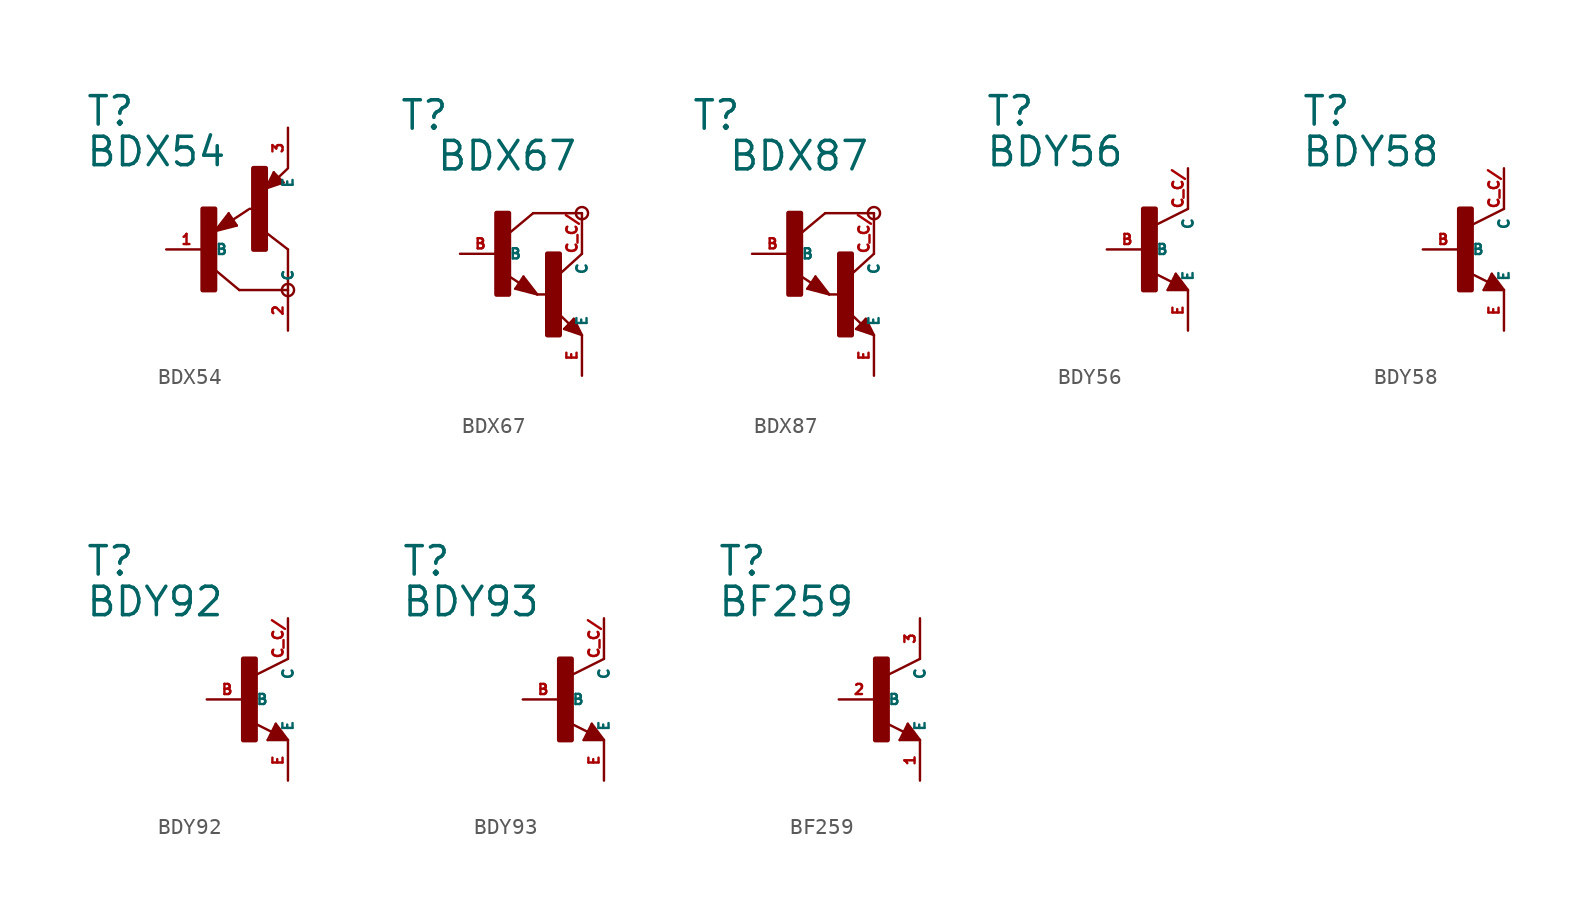
<source format=kicad_sym>
(kicad_symbol_lib
  (version 20220914)
  (generator Eagle2Kicad)
  (symbol "BDX54"
    (property "Reference" "T"
      (at -7.62 7.62 0)
      (effects (font (size 1.778 1.778) (thickness 0.22)) (justify left bottom)))
    (property "Value" "BDX54"
      (at -7.62 5.08 0)
      (effects (font (size 1.778 1.778) (thickness 0.22)) (justify left bottom)))
    (polyline
      (pts (xy 5.08 -2.54) (xy 2.032 -2.54))
      (stroke (width 0.152) (type default))
      (fill (type none)))
    (polyline
      (pts (xy 2.032 -2.54) (xy 0.508 -1.27))
      (stroke (width 0.152) (type default))
      (fill (type none)))
    (polyline
      (pts (xy 5.08 0) (xy 3.429 1.27))
      (stroke (width 0.152) (type default))
      (fill (type none)))
    (polyline
      (pts (xy 1.37 2.259) (xy 0.508 1.143))
      (stroke (width 0.152) (type default))
      (fill (type none)))
    (polyline
      (pts (xy 1.878 1.497) (xy 1.37 2.259))
      (stroke (width 0.152) (type default))
      (fill (type none)))
    (polyline
      (pts (xy 0.508 1.143) (xy 1.878 1.497))
      (stroke (width 0.152) (type default))
      (fill (type none)))
    (polyline
      (pts (xy 1.608 1.843) (xy 2.586 2.486))
      (stroke (width 0.152) (type default))
      (fill (type none)))
    (polyline
      (pts (xy 0.635 1.27) (xy 1.397 2.159))
      (stroke (width 0.127) (type default))
      (fill (type none)))
    (polyline
      (pts (xy 1.397 2.159) (xy 1.778 1.524))
      (stroke (width 0.127) (type default))
      (fill (type none)))
    (polyline
      (pts (xy 1.778 1.524) (xy 0.762 1.27))
      (stroke (width 0.127) (type default))
      (fill (type none)))
    (polyline
      (pts (xy 0.762 1.27) (xy 1.397 2.032))
      (stroke (width 0.127) (type default))
      (fill (type none)))
    (polyline
      (pts (xy 1.397 2.032) (xy 1.651 1.651))
      (stroke (width 0.127) (type default))
      (fill (type none)))
    (polyline
      (pts (xy 1.651 1.651) (xy 0.889 1.397))
      (stroke (width 0.254) (type default))
      (fill (type none)))
    (polyline
      (pts (xy 0.889 1.397) (xy 1.397 1.905))
      (stroke (width 0.254) (type default))
      (fill (type none)))
    (polyline
      (pts (xy 1.397 1.905) (xy 1.397 1.778))
      (stroke (width 0.254) (type default))
      (fill (type none)))
    (polyline
      (pts (xy 3.683 3.81) (xy 4.799 4.191))
      (stroke (width 0.152) (type default))
      (fill (type none)))
    (polyline
      (pts (xy 4.191 4.826) (xy 3.683 3.81))
      (stroke (width 0.152) (type default))
      (fill (type none)))
    (polyline
      (pts (xy 4.799 4.191) (xy 4.191 4.826))
      (stroke (width 0.152) (type default))
      (fill (type none)))
    (polyline
      (pts (xy 4.483 4.51) (xy 5.026 5.026))
      (stroke (width 0.152) (type default))
      (fill (type none)))
    (polyline
      (pts (xy 3.81 3.937) (xy 4.191 4.699))
      (stroke (width 0.127) (type default))
      (fill (type none)))
    (polyline
      (pts (xy 4.191 4.699) (xy 4.699 4.191))
      (stroke (width 0.127) (type default))
      (fill (type none)))
    (polyline
      (pts (xy 4.699 4.191) (xy 3.937 3.937))
      (stroke (width 0.127) (type default))
      (fill (type none)))
    (polyline
      (pts (xy 3.937 3.937) (xy 4.191 4.572))
      (stroke (width 0.127) (type default))
      (fill (type none)))
    (polyline
      (pts (xy 4.191 4.572) (xy 4.572 4.191))
      (stroke (width 0.254) (type default))
      (fill (type none)))
    (polyline
      (pts (xy 4.572 4.191) (xy 4.064 4.064))
      (stroke (width 0.254) (type default))
      (fill (type none)))
    (polyline
      (pts (xy 4.064 4.064) (xy 4.191 4.318))
      (stroke (width 0.254) (type default))
      (fill (type none)))
    (polyline
      (pts (xy 4.191 4.318) (xy 4.318 4.318))
      (stroke (width 0.254) (type default))
      (fill (type none)))
    (polyline
      (pts (xy 5.08 -2.54) (xy 5.08 0))
      (stroke (width 0.152) (type default))
      (fill (type none)))
    (polyline
      (pts (xy 2.667 2.54) (xy 2.921 2.54))
      (stroke (width 0.152) (type default))
      (fill (type none)))
    (circle
      (center 5.08 -2.54)
      (radius 0.381)
      (stroke (width 0) (type default))
      (fill (type none)))
    (rectangle
      (start -0.254 -2.54)
      (end 0.508 2.54)
      (stroke (width 0.3) (type default))
      (fill (type outline)))
    (rectangle
      (start 2.921 0)
      (end 3.683 5.08)
      (stroke (width 0.3) (type default))
      (fill (type outline)))
    (pin passive line
      (at -2.54 0 0)
      (length 2.54)
      (name "B" (effects (font (size 0.635 0.635) (thickness 0.08)) (justify left bottom)))
      (number "1" (effects (font (size 0.635 0.635) (thickness 0.08)) (justify left bottom))))
    (pin passive line
      (at 5.08 7.62 270)
      (length 2.54)
      (name "E" (effects (font (size 0.635 0.635) (thickness 0.08)) (justify left bottom)))
      (number "3" (effects (font (size 0.635 0.635) (thickness 0.08)) (justify left bottom))))
    (pin passive line
      (at 5.08 -5.08 90)
      (length 2.54)
      (name "C" (effects (font (size 0.635 0.635) (thickness 0.08)) (justify left bottom)))
      (number "2" (effects (font (size 0.635 0.635) (thickness 0.08)) (justify left bottom)))))
  (symbol "BDX67"
    (property "Reference" "T"
      (at -6.35 7.62 0)
      (effects (font (size 1.778 1.778) (thickness 0.22)) (justify left bottom)))
    (property "Value" "BDX67"
      (at -4.064 5.08 0)
      (effects (font (size 1.778 1.778) (thickness 0.22)) (justify left bottom)))
    (polyline
      (pts (xy 5.08 2.54) (xy 2.032 2.54))
      (stroke (width 0.152) (type default))
      (fill (type none)))
    (polyline
      (pts (xy 1.424 -1.424) (xy 2.286 -2.54))
      (stroke (width 0.152) (type default))
      (fill (type none)))
    (polyline
      (pts (xy 2.921 -2.54) (xy 2.286 -2.54))
      (stroke (width 0.152) (type default))
      (fill (type none)))
    (polyline
      (pts (xy 0.916 -2.186) (xy 1.424 -1.424))
      (stroke (width 0.152) (type default))
      (fill (type none)))
    (polyline
      (pts (xy 2.286 -2.54) (xy 0.916 -2.186))
      (stroke (width 0.152) (type default))
      (fill (type none)))
    (polyline
      (pts (xy 2.032 2.54) (xy 0.508 1.27))
      (stroke (width 0.152) (type default))
      (fill (type none)))
    (polyline
      (pts (xy 5.08 0) (xy 3.683 -1.27))
      (stroke (width 0.152) (type default))
      (fill (type none)))
    (polyline
      (pts (xy 5.08 -5.08) (xy 3.964 -4.699))
      (stroke (width 0.152) (type default))
      (fill (type none)))
    (polyline
      (pts (xy 4.572 -4.064) (xy 5.08 -5.08))
      (stroke (width 0.152) (type default))
      (fill (type none)))
    (polyline
      (pts (xy 3.964 -4.699) (xy 4.572 -4.064))
      (stroke (width 0.152) (type default))
      (fill (type none)))
    (polyline
      (pts (xy 1.186 -1.84) (xy 0.208 -1.197))
      (stroke (width 0.152) (type default))
      (fill (type none)))
    (polyline
      (pts (xy 4.28 -4.38) (xy 3.483 -3.61))
      (stroke (width 0.152) (type default))
      (fill (type none)))
    (polyline
      (pts (xy 2.159 -2.413) (xy 1.397 -1.524))
      (stroke (width 0.127) (type default))
      (fill (type none)))
    (polyline
      (pts (xy 1.397 -1.524) (xy 1.016 -2.159))
      (stroke (width 0.127) (type default))
      (fill (type none)))
    (polyline
      (pts (xy 1.016 -2.159) (xy 2.032 -2.413))
      (stroke (width 0.127) (type default))
      (fill (type none)))
    (polyline
      (pts (xy 2.032 -2.413) (xy 1.397 -1.651))
      (stroke (width 0.127) (type default))
      (fill (type none)))
    (polyline
      (pts (xy 1.397 -1.651) (xy 1.143 -2.032))
      (stroke (width 0.127) (type default))
      (fill (type none)))
    (polyline
      (pts (xy 1.143 -2.032) (xy 1.905 -2.286))
      (stroke (width 0.254) (type default))
      (fill (type none)))
    (polyline
      (pts (xy 1.905 -2.286) (xy 1.397 -1.778))
      (stroke (width 0.254) (type default))
      (fill (type none)))
    (polyline
      (pts (xy 1.397 -1.778) (xy 1.397 -1.905))
      (stroke (width 0.254) (type default))
      (fill (type none)))
    (polyline
      (pts (xy 4.953 -4.953) (xy 4.572 -4.191))
      (stroke (width 0.127) (type default))
      (fill (type none)))
    (polyline
      (pts (xy 4.572 -4.191) (xy 4.064 -4.699))
      (stroke (width 0.127) (type default))
      (fill (type none)))
    (polyline
      (pts (xy 4.064 -4.699) (xy 4.826 -4.953))
      (stroke (width 0.127) (type default))
      (fill (type none)))
    (polyline
      (pts (xy 4.826 -4.953) (xy 4.572 -4.318))
      (stroke (width 0.127) (type default))
      (fill (type none)))
    (polyline
      (pts (xy 4.572 -4.318) (xy 4.191 -4.699))
      (stroke (width 0.254) (type default))
      (fill (type none)))
    (polyline
      (pts (xy 4.191 -4.699) (xy 4.699 -4.826))
      (stroke (width 0.254) (type default))
      (fill (type none)))
    (polyline
      (pts (xy 4.699 -4.826) (xy 4.572 -4.572))
      (stroke (width 0.254) (type default))
      (fill (type none)))
    (polyline
      (pts (xy 4.572 -4.572) (xy 4.445 -4.572))
      (stroke (width 0.254) (type default))
      (fill (type none)))
    (circle
      (center 5.08 2.54)
      (radius 0.381)
      (stroke (width 0) (type default))
      (fill (type none)))
    (rectangle
      (start -0.254 -2.54)
      (end 0.508 2.54)
      (stroke (width 0.3) (type default))
      (fill (type outline)))
    (rectangle
      (start 2.921 -5.08)
      (end 3.683 0)
      (stroke (width 0.3) (type default))
      (fill (type outline)))
    (pin passive line
      (at -2.54 0 0)
      (length 2.54)
      (name "B" (effects (font (size 0.635 0.635) (thickness 0.08)) (justify left bottom)))
      (number "B" (effects (font (size 0.635 0.635) (thickness 0.08)) (justify left bottom))))
    (pin passive line
      (at 5.08 -7.62 90)
      (length 2.54)
      (name "E" (effects (font (size 0.635 0.635) (thickness 0.08)) (justify left bottom)))
      (number "E" (effects (font (size 0.635 0.635) (thickness 0.08)) (justify left bottom))))
    (pin passive line
      (at 5.08 2.54 270)
      (length 2.54)
      (name "C" (effects (font (size 0.635 0.635) (thickness 0.08)) (justify left bottom)))
      (number "C C/" (effects (font (size 0.635 0.635) (thickness 0.08)) (justify left bottom)))))
  (symbol "BDX87"
    (property "Reference" "T"
      (at -6.35 7.62 0)
      (effects (font (size 1.778 1.778) (thickness 0.22)) (justify left bottom)))
    (property "Value" "BDX87"
      (at -4.064 5.08 0)
      (effects (font (size 1.778 1.778) (thickness 0.22)) (justify left bottom)))
    (polyline
      (pts (xy 5.08 2.54) (xy 2.032 2.54))
      (stroke (width 0.152) (type default))
      (fill (type none)))
    (polyline
      (pts (xy 1.424 -1.424) (xy 2.286 -2.54))
      (stroke (width 0.152) (type default))
      (fill (type none)))
    (polyline
      (pts (xy 2.921 -2.54) (xy 2.286 -2.54))
      (stroke (width 0.152) (type default))
      (fill (type none)))
    (polyline
      (pts (xy 0.916 -2.186) (xy 1.424 -1.424))
      (stroke (width 0.152) (type default))
      (fill (type none)))
    (polyline
      (pts (xy 2.286 -2.54) (xy 0.916 -2.186))
      (stroke (width 0.152) (type default))
      (fill (type none)))
    (polyline
      (pts (xy 2.032 2.54) (xy 0.508 1.27))
      (stroke (width 0.152) (type default))
      (fill (type none)))
    (polyline
      (pts (xy 5.08 0) (xy 3.683 -1.27))
      (stroke (width 0.152) (type default))
      (fill (type none)))
    (polyline
      (pts (xy 5.08 -5.08) (xy 3.964 -4.699))
      (stroke (width 0.152) (type default))
      (fill (type none)))
    (polyline
      (pts (xy 4.572 -4.064) (xy 5.08 -5.08))
      (stroke (width 0.152) (type default))
      (fill (type none)))
    (polyline
      (pts (xy 3.964 -4.699) (xy 4.572 -4.064))
      (stroke (width 0.152) (type default))
      (fill (type none)))
    (polyline
      (pts (xy 1.186 -1.84) (xy 0.208 -1.197))
      (stroke (width 0.152) (type default))
      (fill (type none)))
    (polyline
      (pts (xy 4.28 -4.38) (xy 3.483 -3.61))
      (stroke (width 0.152) (type default))
      (fill (type none)))
    (polyline
      (pts (xy 2.159 -2.413) (xy 1.397 -1.524))
      (stroke (width 0.127) (type default))
      (fill (type none)))
    (polyline
      (pts (xy 1.397 -1.524) (xy 1.016 -2.159))
      (stroke (width 0.127) (type default))
      (fill (type none)))
    (polyline
      (pts (xy 1.016 -2.159) (xy 2.032 -2.413))
      (stroke (width 0.127) (type default))
      (fill (type none)))
    (polyline
      (pts (xy 2.032 -2.413) (xy 1.397 -1.651))
      (stroke (width 0.127) (type default))
      (fill (type none)))
    (polyline
      (pts (xy 1.397 -1.651) (xy 1.143 -2.032))
      (stroke (width 0.127) (type default))
      (fill (type none)))
    (polyline
      (pts (xy 1.143 -2.032) (xy 1.905 -2.286))
      (stroke (width 0.254) (type default))
      (fill (type none)))
    (polyline
      (pts (xy 1.905 -2.286) (xy 1.397 -1.778))
      (stroke (width 0.254) (type default))
      (fill (type none)))
    (polyline
      (pts (xy 1.397 -1.778) (xy 1.397 -1.905))
      (stroke (width 0.254) (type default))
      (fill (type none)))
    (polyline
      (pts (xy 4.953 -4.953) (xy 4.572 -4.191))
      (stroke (width 0.127) (type default))
      (fill (type none)))
    (polyline
      (pts (xy 4.572 -4.191) (xy 4.064 -4.699))
      (stroke (width 0.127) (type default))
      (fill (type none)))
    (polyline
      (pts (xy 4.064 -4.699) (xy 4.826 -4.953))
      (stroke (width 0.127) (type default))
      (fill (type none)))
    (polyline
      (pts (xy 4.826 -4.953) (xy 4.572 -4.318))
      (stroke (width 0.127) (type default))
      (fill (type none)))
    (polyline
      (pts (xy 4.572 -4.318) (xy 4.191 -4.699))
      (stroke (width 0.254) (type default))
      (fill (type none)))
    (polyline
      (pts (xy 4.191 -4.699) (xy 4.699 -4.826))
      (stroke (width 0.254) (type default))
      (fill (type none)))
    (polyline
      (pts (xy 4.699 -4.826) (xy 4.572 -4.572))
      (stroke (width 0.254) (type default))
      (fill (type none)))
    (polyline
      (pts (xy 4.572 -4.572) (xy 4.445 -4.572))
      (stroke (width 0.254) (type default))
      (fill (type none)))
    (circle
      (center 5.08 2.54)
      (radius 0.381)
      (stroke (width 0) (type default))
      (fill (type none)))
    (rectangle
      (start -0.254 -2.54)
      (end 0.508 2.54)
      (stroke (width 0.3) (type default))
      (fill (type outline)))
    (rectangle
      (start 2.921 -5.08)
      (end 3.683 0)
      (stroke (width 0.3) (type default))
      (fill (type outline)))
    (pin passive line
      (at -2.54 0 0)
      (length 2.54)
      (name "B" (effects (font (size 0.635 0.635) (thickness 0.08)) (justify left bottom)))
      (number "B" (effects (font (size 0.635 0.635) (thickness 0.08)) (justify left bottom))))
    (pin passive line
      (at 5.08 -7.62 90)
      (length 2.54)
      (name "E" (effects (font (size 0.635 0.635) (thickness 0.08)) (justify left bottom)))
      (number "E" (effects (font (size 0.635 0.635) (thickness 0.08)) (justify left bottom))))
    (pin passive line
      (at 5.08 2.54 270)
      (length 2.54)
      (name "C" (effects (font (size 0.635 0.635) (thickness 0.08)) (justify left bottom)))
      (number "C C/" (effects (font (size 0.635 0.635) (thickness 0.08)) (justify left bottom)))))
  (symbol "BDY56"
    (property "Reference" "T"
      (at -10.16 7.62 0)
      (effects (font (size 1.778 1.778) (thickness 0.22)) (justify left bottom)))
    (property "Value" "BDY56"
      (at -10.16 5.08 0)
      (effects (font (size 1.778 1.778) (thickness 0.22)) (justify left bottom)))
    (polyline
      (pts (xy 2.54 2.54) (xy 0.508 1.524))
      (stroke (width 0.152) (type default))
      (fill (type none)))
    (polyline
      (pts (xy 1.778 -1.524) (xy 2.54 -2.54))
      (stroke (width 0.152) (type default))
      (fill (type none)))
    (polyline
      (pts (xy 2.54 -2.54) (xy 1.27 -2.54))
      (stroke (width 0.152) (type default))
      (fill (type none)))
    (polyline
      (pts (xy 1.27 -2.54) (xy 1.778 -1.524))
      (stroke (width 0.152) (type default))
      (fill (type none)))
    (polyline
      (pts (xy 1.54 -2.04) (xy 0.308 -1.424))
      (stroke (width 0.152) (type default))
      (fill (type none)))
    (polyline
      (pts (xy 1.524 -2.413) (xy 2.286 -2.413))
      (stroke (width 0.254) (type default))
      (fill (type none)))
    (polyline
      (pts (xy 2.286 -2.413) (xy 1.778 -1.778))
      (stroke (width 0.254) (type default))
      (fill (type none)))
    (polyline
      (pts (xy 1.778 -1.778) (xy 1.524 -2.286))
      (stroke (width 0.254) (type default))
      (fill (type none)))
    (polyline
      (pts (xy 1.524 -2.286) (xy 1.905 -2.286))
      (stroke (width 0.254) (type default))
      (fill (type none)))
    (polyline
      (pts (xy 1.905 -2.286) (xy 1.778 -2.032))
      (stroke (width 0.254) (type default))
      (fill (type none)))
    (rectangle
      (start -0.254 -2.54)
      (end 0.508 2.54)
      (stroke (width 0.3) (type default))
      (fill (type outline)))
    (pin passive line
      (at -2.54 0 0)
      (length 2.54)
      (name "B" (effects (font (size 0.635 0.635) (thickness 0.08)) (justify left bottom)))
      (number "B" (effects (font (size 0.635 0.635) (thickness 0.08)) (justify left bottom))))
    (pin passive line
      (at 2.54 -5.08 90)
      (length 2.54)
      (name "E" (effects (font (size 0.635 0.635) (thickness 0.08)) (justify left bottom)))
      (number "E" (effects (font (size 0.635 0.635) (thickness 0.08)) (justify left bottom))))
    (pin passive line
      (at 2.54 5.08 270)
      (length 2.54)
      (name "C" (effects (font (size 0.635 0.635) (thickness 0.08)) (justify left bottom)))
      (number "C C/" (effects (font (size 0.635 0.635) (thickness 0.08)) (justify left bottom)))))
  (symbol "BDY58"
    (property "Reference" "T"
      (at -10.16 7.62 0)
      (effects (font (size 1.778 1.778) (thickness 0.22)) (justify left bottom)))
    (property "Value" "BDY58"
      (at -10.16 5.08 0)
      (effects (font (size 1.778 1.778) (thickness 0.22)) (justify left bottom)))
    (polyline
      (pts (xy 2.54 2.54) (xy 0.508 1.524))
      (stroke (width 0.152) (type default))
      (fill (type none)))
    (polyline
      (pts (xy 1.778 -1.524) (xy 2.54 -2.54))
      (stroke (width 0.152) (type default))
      (fill (type none)))
    (polyline
      (pts (xy 2.54 -2.54) (xy 1.27 -2.54))
      (stroke (width 0.152) (type default))
      (fill (type none)))
    (polyline
      (pts (xy 1.27 -2.54) (xy 1.778 -1.524))
      (stroke (width 0.152) (type default))
      (fill (type none)))
    (polyline
      (pts (xy 1.54 -2.04) (xy 0.308 -1.424))
      (stroke (width 0.152) (type default))
      (fill (type none)))
    (polyline
      (pts (xy 1.524 -2.413) (xy 2.286 -2.413))
      (stroke (width 0.254) (type default))
      (fill (type none)))
    (polyline
      (pts (xy 2.286 -2.413) (xy 1.778 -1.778))
      (stroke (width 0.254) (type default))
      (fill (type none)))
    (polyline
      (pts (xy 1.778 -1.778) (xy 1.524 -2.286))
      (stroke (width 0.254) (type default))
      (fill (type none)))
    (polyline
      (pts (xy 1.524 -2.286) (xy 1.905 -2.286))
      (stroke (width 0.254) (type default))
      (fill (type none)))
    (polyline
      (pts (xy 1.905 -2.286) (xy 1.778 -2.032))
      (stroke (width 0.254) (type default))
      (fill (type none)))
    (rectangle
      (start -0.254 -2.54)
      (end 0.508 2.54)
      (stroke (width 0.3) (type default))
      (fill (type outline)))
    (pin passive line
      (at -2.54 0 0)
      (length 2.54)
      (name "B" (effects (font (size 0.635 0.635) (thickness 0.08)) (justify left bottom)))
      (number "B" (effects (font (size 0.635 0.635) (thickness 0.08)) (justify left bottom))))
    (pin passive line
      (at 2.54 -5.08 90)
      (length 2.54)
      (name "E" (effects (font (size 0.635 0.635) (thickness 0.08)) (justify left bottom)))
      (number "E" (effects (font (size 0.635 0.635) (thickness 0.08)) (justify left bottom))))
    (pin passive line
      (at 2.54 5.08 270)
      (length 2.54)
      (name "C" (effects (font (size 0.635 0.635) (thickness 0.08)) (justify left bottom)))
      (number "C C/" (effects (font (size 0.635 0.635) (thickness 0.08)) (justify left bottom)))))
  (symbol "BDY92"
    (property "Reference" "T"
      (at -10.16 7.62 0)
      (effects (font (size 1.778 1.778) (thickness 0.22)) (justify left bottom)))
    (property "Value" "BDY92"
      (at -10.16 5.08 0)
      (effects (font (size 1.778 1.778) (thickness 0.22)) (justify left bottom)))
    (polyline
      (pts (xy 2.54 2.54) (xy 0.508 1.524))
      (stroke (width 0.152) (type default))
      (fill (type none)))
    (polyline
      (pts (xy 1.778 -1.524) (xy 2.54 -2.54))
      (stroke (width 0.152) (type default))
      (fill (type none)))
    (polyline
      (pts (xy 2.54 -2.54) (xy 1.27 -2.54))
      (stroke (width 0.152) (type default))
      (fill (type none)))
    (polyline
      (pts (xy 1.27 -2.54) (xy 1.778 -1.524))
      (stroke (width 0.152) (type default))
      (fill (type none)))
    (polyline
      (pts (xy 1.54 -2.04) (xy 0.308 -1.424))
      (stroke (width 0.152) (type default))
      (fill (type none)))
    (polyline
      (pts (xy 1.524 -2.413) (xy 2.286 -2.413))
      (stroke (width 0.254) (type default))
      (fill (type none)))
    (polyline
      (pts (xy 2.286 -2.413) (xy 1.778 -1.778))
      (stroke (width 0.254) (type default))
      (fill (type none)))
    (polyline
      (pts (xy 1.778 -1.778) (xy 1.524 -2.286))
      (stroke (width 0.254) (type default))
      (fill (type none)))
    (polyline
      (pts (xy 1.524 -2.286) (xy 1.905 -2.286))
      (stroke (width 0.254) (type default))
      (fill (type none)))
    (polyline
      (pts (xy 1.905 -2.286) (xy 1.778 -2.032))
      (stroke (width 0.254) (type default))
      (fill (type none)))
    (rectangle
      (start -0.254 -2.54)
      (end 0.508 2.54)
      (stroke (width 0.3) (type default))
      (fill (type outline)))
    (pin passive line
      (at -2.54 0 0)
      (length 2.54)
      (name "B" (effects (font (size 0.635 0.635) (thickness 0.08)) (justify left bottom)))
      (number "B" (effects (font (size 0.635 0.635) (thickness 0.08)) (justify left bottom))))
    (pin passive line
      (at 2.54 -5.08 90)
      (length 2.54)
      (name "E" (effects (font (size 0.635 0.635) (thickness 0.08)) (justify left bottom)))
      (number "E" (effects (font (size 0.635 0.635) (thickness 0.08)) (justify left bottom))))
    (pin passive line
      (at 2.54 5.08 270)
      (length 2.54)
      (name "C" (effects (font (size 0.635 0.635) (thickness 0.08)) (justify left bottom)))
      (number "C C/" (effects (font (size 0.635 0.635) (thickness 0.08)) (justify left bottom)))))
  (symbol "BDY93"
    (property "Reference" "T"
      (at -10.16 7.62 0)
      (effects (font (size 1.778 1.778) (thickness 0.22)) (justify left bottom)))
    (property "Value" "BDY93"
      (at -10.16 5.08 0)
      (effects (font (size 1.778 1.778) (thickness 0.22)) (justify left bottom)))
    (polyline
      (pts (xy 2.54 2.54) (xy 0.508 1.524))
      (stroke (width 0.152) (type default))
      (fill (type none)))
    (polyline
      (pts (xy 1.778 -1.524) (xy 2.54 -2.54))
      (stroke (width 0.152) (type default))
      (fill (type none)))
    (polyline
      (pts (xy 2.54 -2.54) (xy 1.27 -2.54))
      (stroke (width 0.152) (type default))
      (fill (type none)))
    (polyline
      (pts (xy 1.27 -2.54) (xy 1.778 -1.524))
      (stroke (width 0.152) (type default))
      (fill (type none)))
    (polyline
      (pts (xy 1.54 -2.04) (xy 0.308 -1.424))
      (stroke (width 0.152) (type default))
      (fill (type none)))
    (polyline
      (pts (xy 1.524 -2.413) (xy 2.286 -2.413))
      (stroke (width 0.254) (type default))
      (fill (type none)))
    (polyline
      (pts (xy 2.286 -2.413) (xy 1.778 -1.778))
      (stroke (width 0.254) (type default))
      (fill (type none)))
    (polyline
      (pts (xy 1.778 -1.778) (xy 1.524 -2.286))
      (stroke (width 0.254) (type default))
      (fill (type none)))
    (polyline
      (pts (xy 1.524 -2.286) (xy 1.905 -2.286))
      (stroke (width 0.254) (type default))
      (fill (type none)))
    (polyline
      (pts (xy 1.905 -2.286) (xy 1.778 -2.032))
      (stroke (width 0.254) (type default))
      (fill (type none)))
    (rectangle
      (start -0.254 -2.54)
      (end 0.508 2.54)
      (stroke (width 0.3) (type default))
      (fill (type outline)))
    (pin passive line
      (at -2.54 0 0)
      (length 2.54)
      (name "B" (effects (font (size 0.635 0.635) (thickness 0.08)) (justify left bottom)))
      (number "B" (effects (font (size 0.635 0.635) (thickness 0.08)) (justify left bottom))))
    (pin passive line
      (at 2.54 -5.08 90)
      (length 2.54)
      (name "E" (effects (font (size 0.635 0.635) (thickness 0.08)) (justify left bottom)))
      (number "E" (effects (font (size 0.635 0.635) (thickness 0.08)) (justify left bottom))))
    (pin passive line
      (at 2.54 5.08 270)
      (length 2.54)
      (name "C" (effects (font (size 0.635 0.635) (thickness 0.08)) (justify left bottom)))
      (number "C C/" (effects (font (size 0.635 0.635) (thickness 0.08)) (justify left bottom)))))
  (symbol "BF259"
    (property "Reference" "T"
      (at -10.16 7.62 0)
      (effects (font (size 1.778 1.778) (thickness 0.22)) (justify left bottom)))
    (property "Value" "BF259"
      (at -10.16 5.08 0)
      (effects (font (size 1.778 1.778) (thickness 0.22)) (justify left bottom)))
    (polyline
      (pts (xy 2.54 2.54) (xy 0.508 1.524))
      (stroke (width 0.152) (type default))
      (fill (type none)))
    (polyline
      (pts (xy 1.778 -1.524) (xy 2.54 -2.54))
      (stroke (width 0.152) (type default))
      (fill (type none)))
    (polyline
      (pts (xy 2.54 -2.54) (xy 1.27 -2.54))
      (stroke (width 0.152) (type default))
      (fill (type none)))
    (polyline
      (pts (xy 1.27 -2.54) (xy 1.778 -1.524))
      (stroke (width 0.152) (type default))
      (fill (type none)))
    (polyline
      (pts (xy 1.54 -2.04) (xy 0.308 -1.424))
      (stroke (width 0.152) (type default))
      (fill (type none)))
    (polyline
      (pts (xy 1.524 -2.413) (xy 2.286 -2.413))
      (stroke (width 0.254) (type default))
      (fill (type none)))
    (polyline
      (pts (xy 2.286 -2.413) (xy 1.778 -1.778))
      (stroke (width 0.254) (type default))
      (fill (type none)))
    (polyline
      (pts (xy 1.778 -1.778) (xy 1.524 -2.286))
      (stroke (width 0.254) (type default))
      (fill (type none)))
    (polyline
      (pts (xy 1.524 -2.286) (xy 1.905 -2.286))
      (stroke (width 0.254) (type default))
      (fill (type none)))
    (polyline
      (pts (xy 1.905 -2.286) (xy 1.778 -2.032))
      (stroke (width 0.254) (type default))
      (fill (type none)))
    (rectangle
      (start -0.254 -2.54)
      (end 0.508 2.54)
      (stroke (width 0.3) (type default))
      (fill (type outline)))
    (pin passive line
      (at -2.54 0 0)
      (length 2.54)
      (name "B" (effects (font (size 0.635 0.635) (thickness 0.08)) (justify left bottom)))
      (number "2" (effects (font (size 0.635 0.635) (thickness 0.08)) (justify left bottom))))
    (pin passive line
      (at 2.54 -5.08 90)
      (length 2.54)
      (name "E" (effects (font (size 0.635 0.635) (thickness 0.08)) (justify left bottom)))
      (number "1" (effects (font (size 0.635 0.635) (thickness 0.08)) (justify left bottom))))
    (pin passive line
      (at 2.54 5.08 270)
      (length 2.54)
      (name "C" (effects (font (size 0.635 0.635) (thickness 0.08)) (justify left bottom)))
      (number "3" (effects (font (size 0.635 0.635) (thickness 0.08)) (justify left bottom))))))
</source>
